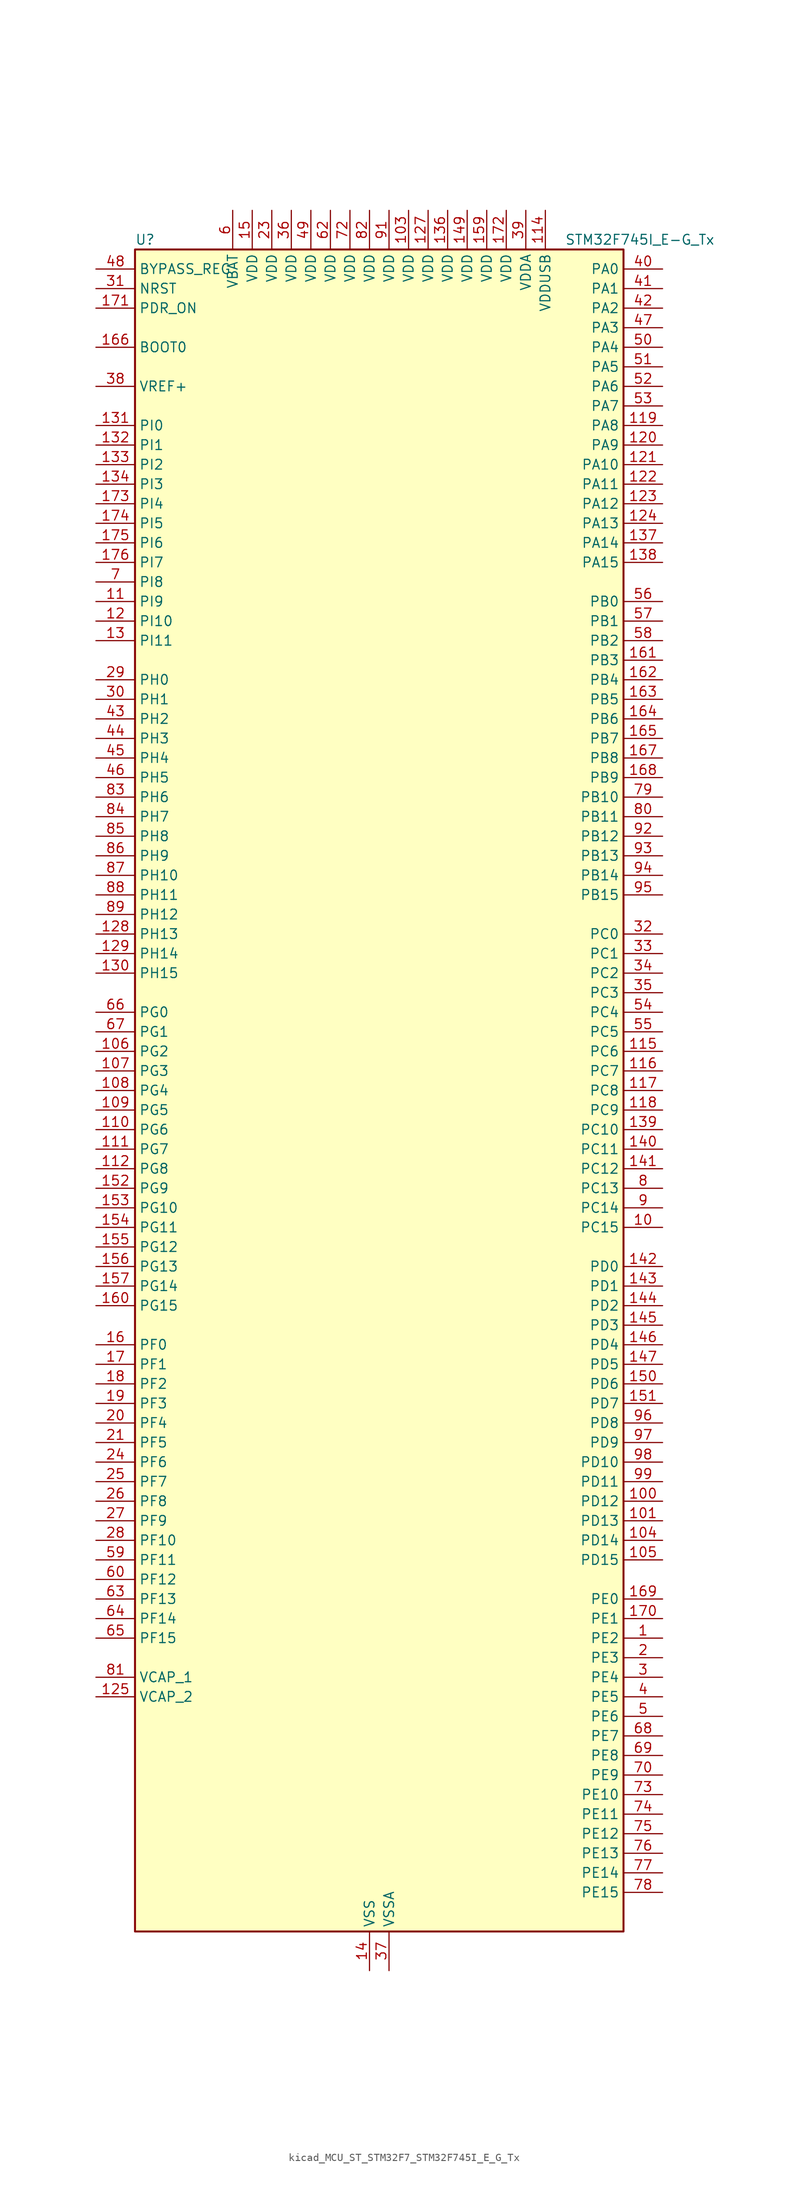
<source format=kicad_sym>
(kicad_symbol_lib
  (version 20220914)
  (generator kicad_symbol_editor)
  (symbol "kicad_MCU_ST_STM32F7_STM32F745I_E_G_Tx"
    (property "Reference" "U"
      (at -30.48 110.49 0)
      (effects (font (size 1.27 1.27)) (justify left)))
    (property "Value" "STM32F745I_E-G_Tx"
      (at 25.4 110.49 0)
      (effects (font (size 1.27 1.27)) (justify left)))
    (property "ki_locked" ""
      (at 0 0 0)
      (effects (font (size 1.27 1.27))))
    (symbol "kicad_MCU_ST_STM32F7_STM32F745I_E_G_Tx_0_1"
      (rectangle (start -30.48 -109.22) (end 33.02 109.22) (stroke (width 0.254) (type default)) (fill (type background))))
    (symbol "kicad_MCU_ST_STM32F7_STM32F745I_E_G_Tx_1_1"
      (pin bidirectional line (at 38.1 -71.12 180) (length 5.08) (name "PE2" (effects (font (size 1.27 1.27)))) (number "1" (effects (font (size 1.27 1.27)))) (alternate "ETH_TXD3" bidirectional line) (alternate "FMC_A23" bidirectional line) (alternate "QUADSPI_BK1_IO2" bidirectional line) (alternate "SAI1_MCLK_A" bidirectional line) (alternate "SPI4_SCK" bidirectional line) (alternate "SYS_TRACECLK" bidirectional line))
      (pin bidirectional line (at 38.1 -17.78 180) (length 5.08) (name "PC15" (effects (font (size 1.27 1.27)))) (number "10" (effects (font (size 1.27 1.27)))) (alternate "RCC_OSC32_OUT" bidirectional line))
      (pin bidirectional line (at 38.1 -53.34 180) (length 5.08) (name "PD12" (effects (font (size 1.27 1.27)))) (number "100" (effects (font (size 1.27 1.27)))) (alternate "FMC_A17" bidirectional line) (alternate "FMC_ALE" bidirectional line) (alternate "I2C4_SCL" bidirectional line) (alternate "LPTIM1_IN1" bidirectional line) (alternate "QUADSPI_BK1_IO1" bidirectional line) (alternate "SAI2_FS_A" bidirectional line) (alternate "TIM4_CH1" bidirectional line) (alternate "USART3_DE" bidirectional line) (alternate "USART3_RTS" bidirectional line))
      (pin bidirectional line (at 38.1 -55.88 180) (length 5.08) (name "PD13" (effects (font (size 1.27 1.27)))) (number "101" (effects (font (size 1.27 1.27)))) (alternate "FMC_A18" bidirectional line) (alternate "I2C4_SDA" bidirectional line) (alternate "LPTIM1_OUT" bidirectional line) (alternate "QUADSPI_BK1_IO3" bidirectional line) (alternate "SAI2_SCK_A" bidirectional line) (alternate "TIM4_CH2" bidirectional line))
      (pin passive line (at 0 -114.3 90) (length 5.08) hide (name "VSS" (effects (font (size 1.27 1.27)))) (number "102" (effects (font (size 1.27 1.27)))))
      (pin power_in line (at 5.08 114.3 270) (length 5.08) (name "VDD" (effects (font (size 1.27 1.27)))) (number "103" (effects (font (size 1.27 1.27)))))
      (pin bidirectional line (at 38.1 -58.42 180) (length 5.08) (name "PD14" (effects (font (size 1.27 1.27)))) (number "104" (effects (font (size 1.27 1.27)))) (alternate "FMC_D0" bidirectional line) (alternate "FMC_DA0" bidirectional line) (alternate "TIM4_CH3" bidirectional line) (alternate "UART8_CTS" bidirectional line))
      (pin bidirectional line (at 38.1 -60.96 180) (length 5.08) (name "PD15" (effects (font (size 1.27 1.27)))) (number "105" (effects (font (size 1.27 1.27)))) (alternate "FMC_D1" bidirectional line) (alternate "FMC_DA1" bidirectional line) (alternate "TIM4_CH4" bidirectional line) (alternate "UART8_DE" bidirectional line) (alternate "UART8_RTS" bidirectional line))
      (pin bidirectional line (at -35.56 5.08 0) (length 5.08) (name "PG2" (effects (font (size 1.27 1.27)))) (number "106" (effects (font (size 1.27 1.27)))) (alternate "FMC_A12" bidirectional line))
      (pin bidirectional line (at -35.56 2.54 0) (length 5.08) (name "PG3" (effects (font (size 1.27 1.27)))) (number "107" (effects (font (size 1.27 1.27)))) (alternate "FMC_A13" bidirectional line))
      (pin bidirectional line (at -35.56 0 0) (length 5.08) (name "PG4" (effects (font (size 1.27 1.27)))) (number "108" (effects (font (size 1.27 1.27)))) (alternate "FMC_A14" bidirectional line) (alternate "FMC_BA0" bidirectional line))
      (pin bidirectional line (at -35.56 -2.54 0) (length 5.08) (name "PG5" (effects (font (size 1.27 1.27)))) (number "109" (effects (font (size 1.27 1.27)))) (alternate "FMC_A15" bidirectional line) (alternate "FMC_BA1" bidirectional line))
      (pin bidirectional line (at -35.56 63.5 0) (length 5.08) (name "PI9" (effects (font (size 1.27 1.27)))) (number "11" (effects (font (size 1.27 1.27)))) (alternate "CAN1_RX" bidirectional line) (alternate "DAC_EXTI9" bidirectional line) (alternate "FMC_D30" bidirectional line))
      (pin bidirectional line (at -35.56 -5.08 0) (length 5.08) (name "PG6" (effects (font (size 1.27 1.27)))) (number "110" (effects (font (size 1.27 1.27)))) (alternate "DCMI_D12" bidirectional line))
      (pin bidirectional line (at -35.56 -7.62 0) (length 5.08) (name "PG7" (effects (font (size 1.27 1.27)))) (number "111" (effects (font (size 1.27 1.27)))) (alternate "DCMI_D13" bidirectional line) (alternate "FMC_INT" bidirectional line) (alternate "USART6_CK" bidirectional line))
      (pin bidirectional line (at -35.56 -10.16 0) (length 5.08) (name "PG8" (effects (font (size 1.27 1.27)))) (number "112" (effects (font (size 1.27 1.27)))) (alternate "ETH_PPS_OUT" bidirectional line) (alternate "FMC_SDCLK" bidirectional line) (alternate "SPDIFRX_IN2" bidirectional line) (alternate "SPI6_NSS" bidirectional line) (alternate "USART6_DE" bidirectional line) (alternate "USART6_RTS" bidirectional line))
      (pin passive line (at 0 -114.3 90) (length 5.08) hide (name "VSS" (effects (font (size 1.27 1.27)))) (number "113" (effects (font (size 1.27 1.27)))))
      (pin power_in line (at 22.86 114.3 270) (length 5.08) (name "VDDUSB" (effects (font (size 1.27 1.27)))) (number "114" (effects (font (size 1.27 1.27)))))
      (pin bidirectional line (at 38.1 5.08 180) (length 5.08) (name "PC6" (effects (font (size 1.27 1.27)))) (number "115" (effects (font (size 1.27 1.27)))) (alternate "DCMI_D0" bidirectional line) (alternate "I2S2_MCK" bidirectional line) (alternate "SDMMC1_D6" bidirectional line) (alternate "TIM3_CH1" bidirectional line) (alternate "TIM8_CH1" bidirectional line) (alternate "USART6_TX" bidirectional line))
      (pin bidirectional line (at 38.1 2.54 180) (length 5.08) (name "PC7" (effects (font (size 1.27 1.27)))) (number "116" (effects (font (size 1.27 1.27)))) (alternate "DCMI_D1" bidirectional line) (alternate "I2S3_MCK" bidirectional line) (alternate "SDMMC1_D7" bidirectional line) (alternate "TIM3_CH2" bidirectional line) (alternate "TIM8_CH2" bidirectional line) (alternate "USART6_RX" bidirectional line))
      (pin bidirectional line (at 38.1 0 180) (length 5.08) (name "PC8" (effects (font (size 1.27 1.27)))) (number "117" (effects (font (size 1.27 1.27)))) (alternate "DCMI_D2" bidirectional line) (alternate "SDMMC1_D0" bidirectional line) (alternate "SYS_TRACED1" bidirectional line) (alternate "TIM3_CH3" bidirectional line) (alternate "TIM8_CH3" bidirectional line) (alternate "UART5_DE" bidirectional line) (alternate "UART5_RTS" bidirectional line) (alternate "USART6_CK" bidirectional line))
      (pin bidirectional line (at 38.1 -2.54 180) (length 5.08) (name "PC9" (effects (font (size 1.27 1.27)))) (number "118" (effects (font (size 1.27 1.27)))) (alternate "DAC_EXTI9" bidirectional line) (alternate "DCMI_D3" bidirectional line) (alternate "I2C3_SDA" bidirectional line) (alternate "I2S_CKIN" bidirectional line) (alternate "QUADSPI_BK1_IO0" bidirectional line) (alternate "RCC_MCO_2" bidirectional line) (alternate "SDMMC1_D1" bidirectional line) (alternate "TIM3_CH4" bidirectional line) (alternate "TIM8_CH4" bidirectional line) (alternate "UART5_CTS" bidirectional line))
      (pin bidirectional line (at 38.1 86.36 180) (length 5.08) (name "PA8" (effects (font (size 1.27 1.27)))) (number "119" (effects (font (size 1.27 1.27)))) (alternate "I2C3_SCL" bidirectional line) (alternate "RCC_MCO_1" bidirectional line) (alternate "TIM1_CH1" bidirectional line) (alternate "TIM8_BKIN2" bidirectional line) (alternate "USART1_CK" bidirectional line) (alternate "USB_OTG_FS_SOF" bidirectional line))
      (pin bidirectional line (at -35.56 60.96 0) (length 5.08) (name "PI10" (effects (font (size 1.27 1.27)))) (number "12" (effects (font (size 1.27 1.27)))) (alternate "ETH_RX_ER" bidirectional line) (alternate "FMC_D31" bidirectional line))
      (pin bidirectional line (at 38.1 83.82 180) (length 5.08) (name "PA9" (effects (font (size 1.27 1.27)))) (number "120" (effects (font (size 1.27 1.27)))) (alternate "DAC_EXTI9" bidirectional line) (alternate "DCMI_D0" bidirectional line) (alternate "I2C3_SMBA" bidirectional line) (alternate "I2S2_CK" bidirectional line) (alternate "SPI2_SCK" bidirectional line) (alternate "TIM1_CH2" bidirectional line) (alternate "USART1_TX" bidirectional line) (alternate "USB_OTG_FS_VBUS" bidirectional line))
      (pin bidirectional line (at 38.1 81.28 180) (length 5.08) (name "PA10" (effects (font (size 1.27 1.27)))) (number "121" (effects (font (size 1.27 1.27)))) (alternate "DCMI_D1" bidirectional line) (alternate "TIM1_CH3" bidirectional line) (alternate "USART1_RX" bidirectional line) (alternate "USB_OTG_FS_ID" bidirectional line))
      (pin bidirectional line (at 38.1 78.74 180) (length 5.08) (name "PA11" (effects (font (size 1.27 1.27)))) (number "122" (effects (font (size 1.27 1.27)))) (alternate "ADC1_EXTI11" bidirectional line) (alternate "ADC2_EXTI11" bidirectional line) (alternate "ADC3_EXTI11" bidirectional line) (alternate "CAN1_RX" bidirectional line) (alternate "TIM1_CH4" bidirectional line) (alternate "USART1_CTS" bidirectional line) (alternate "USB_OTG_FS_DM" bidirectional line))
      (pin bidirectional line (at 38.1 76.2 180) (length 5.08) (name "PA12" (effects (font (size 1.27 1.27)))) (number "123" (effects (font (size 1.27 1.27)))) (alternate "CAN1_TX" bidirectional line) (alternate "SAI2_FS_B" bidirectional line) (alternate "TIM1_ETR" bidirectional line) (alternate "USART1_DE" bidirectional line) (alternate "USART1_RTS" bidirectional line) (alternate "USB_OTG_FS_DP" bidirectional line))
      (pin bidirectional line (at 38.1 73.66 180) (length 5.08) (name "PA13" (effects (font (size 1.27 1.27)))) (number "124" (effects (font (size 1.27 1.27)))) (alternate "SYS_JTMS-SWDIO" bidirectional line))
      (pin power_out line (at -35.56 -78.74 0) (length 5.08) (name "VCAP_2" (effects (font (size 1.27 1.27)))) (number "125" (effects (font (size 1.27 1.27)))))
      (pin passive line (at 0 -114.3 90) (length 5.08) hide (name "VSS" (effects (font (size 1.27 1.27)))) (number "126" (effects (font (size 1.27 1.27)))))
      (pin power_in line (at 7.62 114.3 270) (length 5.08) (name "VDD" (effects (font (size 1.27 1.27)))) (number "127" (effects (font (size 1.27 1.27)))))
      (pin bidirectional line (at -35.56 20.32 0) (length 5.08) (name "PH13" (effects (font (size 1.27 1.27)))) (number "128" (effects (font (size 1.27 1.27)))) (alternate "CAN1_TX" bidirectional line) (alternate "FMC_D21" bidirectional line) (alternate "TIM8_CH1N" bidirectional line))
      (pin bidirectional line (at -35.56 17.78 0) (length 5.08) (name "PH14" (effects (font (size 1.27 1.27)))) (number "129" (effects (font (size 1.27 1.27)))) (alternate "DCMI_D4" bidirectional line) (alternate "FMC_D22" bidirectional line) (alternate "TIM8_CH2N" bidirectional line))
      (pin bidirectional line (at -35.56 58.42 0) (length 5.08) (name "PI11" (effects (font (size 1.27 1.27)))) (number "13" (effects (font (size 1.27 1.27)))) (alternate "ADC1_EXTI11" bidirectional line) (alternate "ADC2_EXTI11" bidirectional line) (alternate "ADC3_EXTI11" bidirectional line) (alternate "SYS_WKUP6" bidirectional line) (alternate "USB_OTG_HS_ULPI_DIR" bidirectional line))
      (pin bidirectional line (at -35.56 15.24 0) (length 5.08) (name "PH15" (effects (font (size 1.27 1.27)))) (number "130" (effects (font (size 1.27 1.27)))) (alternate "DCMI_D11" bidirectional line) (alternate "FMC_D23" bidirectional line) (alternate "TIM8_CH3N" bidirectional line))
      (pin bidirectional line (at -35.56 86.36 0) (length 5.08) (name "PI0" (effects (font (size 1.27 1.27)))) (number "131" (effects (font (size 1.27 1.27)))) (alternate "DCMI_D13" bidirectional line) (alternate "FMC_D24" bidirectional line) (alternate "I2S2_WS" bidirectional line) (alternate "SPI2_NSS" bidirectional line) (alternate "TIM5_CH4" bidirectional line))
      (pin bidirectional line (at -35.56 83.82 0) (length 5.08) (name "PI1" (effects (font (size 1.27 1.27)))) (number "132" (effects (font (size 1.27 1.27)))) (alternate "DCMI_D8" bidirectional line) (alternate "FMC_D25" bidirectional line) (alternate "I2S2_CK" bidirectional line) (alternate "SPI2_SCK" bidirectional line) (alternate "TIM8_BKIN2" bidirectional line))
      (pin bidirectional line (at -35.56 81.28 0) (length 5.08) (name "PI2" (effects (font (size 1.27 1.27)))) (number "133" (effects (font (size 1.27 1.27)))) (alternate "DCMI_D9" bidirectional line) (alternate "FMC_D26" bidirectional line) (alternate "SPI2_MISO" bidirectional line) (alternate "TIM8_CH4" bidirectional line))
      (pin bidirectional line (at -35.56 78.74 0) (length 5.08) (name "PI3" (effects (font (size 1.27 1.27)))) (number "134" (effects (font (size 1.27 1.27)))) (alternate "DCMI_D10" bidirectional line) (alternate "FMC_D27" bidirectional line) (alternate "I2S2_SD" bidirectional line) (alternate "SPI2_MOSI" bidirectional line) (alternate "TIM8_ETR" bidirectional line))
      (pin passive line (at 0 -114.3 90) (length 5.08) hide (name "VSS" (effects (font (size 1.27 1.27)))) (number "135" (effects (font (size 1.27 1.27)))))
      (pin power_in line (at 10.16 114.3 270) (length 5.08) (name "VDD" (effects (font (size 1.27 1.27)))) (number "136" (effects (font (size 1.27 1.27)))))
      (pin bidirectional line (at 38.1 71.12 180) (length 5.08) (name "PA14" (effects (font (size 1.27 1.27)))) (number "137" (effects (font (size 1.27 1.27)))) (alternate "SYS_JTCK-SWCLK" bidirectional line))
      (pin bidirectional line (at 38.1 68.58 180) (length 5.08) (name "PA15" (effects (font (size 1.27 1.27)))) (number "138" (effects (font (size 1.27 1.27)))) (alternate "CEC" bidirectional line) (alternate "I2S1_WS" bidirectional line) (alternate "I2S3_WS" bidirectional line) (alternate "SPI1_NSS" bidirectional line) (alternate "SPI3_NSS" bidirectional line) (alternate "SYS_JTDI" bidirectional line) (alternate "TIM2_CH1" bidirectional line) (alternate "TIM2_ETR" bidirectional line) (alternate "UART4_DE" bidirectional line) (alternate "UART4_RTS" bidirectional line))
      (pin bidirectional line (at 38.1 -5.08 180) (length 5.08) (name "PC10" (effects (font (size 1.27 1.27)))) (number "139" (effects (font (size 1.27 1.27)))) (alternate "DCMI_D8" bidirectional line) (alternate "I2S3_CK" bidirectional line) (alternate "QUADSPI_BK1_IO1" bidirectional line) (alternate "SDMMC1_D2" bidirectional line) (alternate "SPI3_SCK" bidirectional line) (alternate "UART4_TX" bidirectional line) (alternate "USART3_TX" bidirectional line))
      (pin power_in line (at 0 -114.3 90) (length 5.08) (name "VSS" (effects (font (size 1.27 1.27)))) (number "14" (effects (font (size 1.27 1.27)))))
      (pin bidirectional line (at 38.1 -7.62 180) (length 5.08) (name "PC11" (effects (font (size 1.27 1.27)))) (number "140" (effects (font (size 1.27 1.27)))) (alternate "ADC1_EXTI11" bidirectional line) (alternate "ADC2_EXTI11" bidirectional line) (alternate "ADC3_EXTI11" bidirectional line) (alternate "DCMI_D4" bidirectional line) (alternate "QUADSPI_BK2_NCS" bidirectional line) (alternate "SDMMC1_D3" bidirectional line) (alternate "SPI3_MISO" bidirectional line) (alternate "UART4_RX" bidirectional line) (alternate "USART3_RX" bidirectional line))
      (pin bidirectional line (at 38.1 -10.16 180) (length 5.08) (name "PC12" (effects (font (size 1.27 1.27)))) (number "141" (effects (font (size 1.27 1.27)))) (alternate "DCMI_D9" bidirectional line) (alternate "I2S3_SD" bidirectional line) (alternate "SDMMC1_CK" bidirectional line) (alternate "SPI3_MOSI" bidirectional line) (alternate "SYS_TRACED3" bidirectional line) (alternate "UART5_TX" bidirectional line) (alternate "USART3_CK" bidirectional line))
      (pin bidirectional line (at 38.1 -22.86 180) (length 5.08) (name "PD0" (effects (font (size 1.27 1.27)))) (number "142" (effects (font (size 1.27 1.27)))) (alternate "CAN1_RX" bidirectional line) (alternate "FMC_D2" bidirectional line) (alternate "FMC_DA2" bidirectional line))
      (pin bidirectional line (at 38.1 -25.4 180) (length 5.08) (name "PD1" (effects (font (size 1.27 1.27)))) (number "143" (effects (font (size 1.27 1.27)))) (alternate "CAN1_TX" bidirectional line) (alternate "FMC_D3" bidirectional line) (alternate "FMC_DA3" bidirectional line))
      (pin bidirectional line (at 38.1 -27.94 180) (length 5.08) (name "PD2" (effects (font (size 1.27 1.27)))) (number "144" (effects (font (size 1.27 1.27)))) (alternate "DCMI_D11" bidirectional line) (alternate "SDMMC1_CMD" bidirectional line) (alternate "SYS_TRACED2" bidirectional line) (alternate "TIM3_ETR" bidirectional line) (alternate "UART5_RX" bidirectional line))
      (pin bidirectional line (at 38.1 -30.48 180) (length 5.08) (name "PD3" (effects (font (size 1.27 1.27)))) (number "145" (effects (font (size 1.27 1.27)))) (alternate "DCMI_D5" bidirectional line) (alternate "FMC_CLK" bidirectional line) (alternate "I2S2_CK" bidirectional line) (alternate "SPI2_SCK" bidirectional line) (alternate "USART2_CTS" bidirectional line))
      (pin bidirectional line (at 38.1 -33.02 180) (length 5.08) (name "PD4" (effects (font (size 1.27 1.27)))) (number "146" (effects (font (size 1.27 1.27)))) (alternate "FMC_NOE" bidirectional line) (alternate "USART2_DE" bidirectional line) (alternate "USART2_RTS" bidirectional line))
      (pin bidirectional line (at 38.1 -35.56 180) (length 5.08) (name "PD5" (effects (font (size 1.27 1.27)))) (number "147" (effects (font (size 1.27 1.27)))) (alternate "FMC_NWE" bidirectional line) (alternate "USART2_TX" bidirectional line))
      (pin passive line (at 0 -114.3 90) (length 5.08) hide (name "VSS" (effects (font (size 1.27 1.27)))) (number "148" (effects (font (size 1.27 1.27)))))
      (pin power_in line (at 12.7 114.3 270) (length 5.08) (name "VDD" (effects (font (size 1.27 1.27)))) (number "149" (effects (font (size 1.27 1.27)))))
      (pin power_in line (at -15.24 114.3 270) (length 5.08) (name "VDD" (effects (font (size 1.27 1.27)))) (number "15" (effects (font (size 1.27 1.27)))))
      (pin bidirectional line (at 38.1 -38.1 180) (length 5.08) (name "PD6" (effects (font (size 1.27 1.27)))) (number "150" (effects (font (size 1.27 1.27)))) (alternate "DCMI_D10" bidirectional line) (alternate "FMC_NWAIT" bidirectional line) (alternate "I2S3_SD" bidirectional line) (alternate "SAI1_SD_A" bidirectional line) (alternate "SPI3_MOSI" bidirectional line) (alternate "USART2_RX" bidirectional line))
      (pin bidirectional line (at 38.1 -40.64 180) (length 5.08) (name "PD7" (effects (font (size 1.27 1.27)))) (number "151" (effects (font (size 1.27 1.27)))) (alternate "FMC_NE1" bidirectional line) (alternate "SPDIFRX_IN0" bidirectional line) (alternate "USART2_CK" bidirectional line))
      (pin bidirectional line (at -35.56 -12.7 0) (length 5.08) (name "PG9" (effects (font (size 1.27 1.27)))) (number "152" (effects (font (size 1.27 1.27)))) (alternate "DAC_EXTI9" bidirectional line) (alternate "DCMI_VSYNC" bidirectional line) (alternate "FMC_NCE" bidirectional line) (alternate "FMC_NE2" bidirectional line) (alternate "QUADSPI_BK2_IO2" bidirectional line) (alternate "SAI2_FS_B" bidirectional line) (alternate "SPDIFRX_IN3" bidirectional line) (alternate "USART6_RX" bidirectional line))
      (pin bidirectional line (at -35.56 -15.24 0) (length 5.08) (name "PG10" (effects (font (size 1.27 1.27)))) (number "153" (effects (font (size 1.27 1.27)))) (alternate "DCMI_D2" bidirectional line) (alternate "FMC_NE3" bidirectional line) (alternate "SAI2_SD_B" bidirectional line))
      (pin bidirectional line (at -35.56 -17.78 0) (length 5.08) (name "PG11" (effects (font (size 1.27 1.27)))) (number "154" (effects (font (size 1.27 1.27)))) (alternate "ADC1_EXTI11" bidirectional line) (alternate "ADC2_EXTI11" bidirectional line) (alternate "ADC3_EXTI11" bidirectional line) (alternate "DCMI_D3" bidirectional line) (alternate "ETH_TX_EN" bidirectional line) (alternate "SPDIFRX_IN0" bidirectional line))
      (pin bidirectional line (at -35.56 -20.32 0) (length 5.08) (name "PG12" (effects (font (size 1.27 1.27)))) (number "155" (effects (font (size 1.27 1.27)))) (alternate "FMC_NE4" bidirectional line) (alternate "LPTIM1_IN1" bidirectional line) (alternate "SPDIFRX_IN1" bidirectional line) (alternate "SPI6_MISO" bidirectional line) (alternate "USART6_DE" bidirectional line) (alternate "USART6_RTS" bidirectional line))
      (pin bidirectional line (at -35.56 -22.86 0) (length 5.08) (name "PG13" (effects (font (size 1.27 1.27)))) (number "156" (effects (font (size 1.27 1.27)))) (alternate "ETH_TXD0" bidirectional line) (alternate "FMC_A24" bidirectional line) (alternate "LPTIM1_OUT" bidirectional line) (alternate "SPI6_SCK" bidirectional line) (alternate "SYS_TRACED0" bidirectional line) (alternate "USART6_CTS" bidirectional line))
      (pin bidirectional line (at -35.56 -25.4 0) (length 5.08) (name "PG14" (effects (font (size 1.27 1.27)))) (number "157" (effects (font (size 1.27 1.27)))) (alternate "ETH_TXD1" bidirectional line) (alternate "FMC_A25" bidirectional line) (alternate "LPTIM1_ETR" bidirectional line) (alternate "QUADSPI_BK2_IO3" bidirectional line) (alternate "SPI6_MOSI" bidirectional line) (alternate "SYS_TRACED1" bidirectional line) (alternate "USART6_TX" bidirectional line))
      (pin passive line (at 0 -114.3 90) (length 5.08) hide (name "VSS" (effects (font (size 1.27 1.27)))) (number "158" (effects (font (size 1.27 1.27)))))
      (pin power_in line (at 15.24 114.3 270) (length 5.08) (name "VDD" (effects (font (size 1.27 1.27)))) (number "159" (effects (font (size 1.27 1.27)))))
      (pin bidirectional line (at -35.56 -33.02 0) (length 5.08) (name "PF0" (effects (font (size 1.27 1.27)))) (number "16" (effects (font (size 1.27 1.27)))) (alternate "FMC_A0" bidirectional line) (alternate "I2C2_SDA" bidirectional line))
      (pin bidirectional line (at -35.56 -27.94 0) (length 5.08) (name "PG15" (effects (font (size 1.27 1.27)))) (number "160" (effects (font (size 1.27 1.27)))) (alternate "DCMI_D13" bidirectional line) (alternate "FMC_SDNCAS" bidirectional line) (alternate "USART6_CTS" bidirectional line))
      (pin bidirectional line (at 38.1 55.88 180) (length 5.08) (name "PB3" (effects (font (size 1.27 1.27)))) (number "161" (effects (font (size 1.27 1.27)))) (alternate "I2S1_CK" bidirectional line) (alternate "I2S3_CK" bidirectional line) (alternate "SPI1_SCK" bidirectional line) (alternate "SPI3_SCK" bidirectional line) (alternate "SYS_JTDO-SWO" bidirectional line) (alternate "TIM2_CH2" bidirectional line))
      (pin bidirectional line (at 38.1 53.34 180) (length 5.08) (name "PB4" (effects (font (size 1.27 1.27)))) (number "162" (effects (font (size 1.27 1.27)))) (alternate "I2S2_WS" bidirectional line) (alternate "SPI1_MISO" bidirectional line) (alternate "SPI2_NSS" bidirectional line) (alternate "SPI3_MISO" bidirectional line) (alternate "SYS_JTRST" bidirectional line) (alternate "TIM3_CH1" bidirectional line))
      (pin bidirectional line (at 38.1 50.8 180) (length 5.08) (name "PB5" (effects (font (size 1.27 1.27)))) (number "163" (effects (font (size 1.27 1.27)))) (alternate "CAN2_RX" bidirectional line) (alternate "DCMI_D10" bidirectional line) (alternate "ETH_PPS_OUT" bidirectional line) (alternate "FMC_SDCKE1" bidirectional line) (alternate "I2C1_SMBA" bidirectional line) (alternate "I2S1_SD" bidirectional line) (alternate "I2S3_SD" bidirectional line) (alternate "SPI1_MOSI" bidirectional line) (alternate "SPI3_MOSI" bidirectional line) (alternate "TIM3_CH2" bidirectional line) (alternate "USB_OTG_HS_ULPI_D7" bidirectional line))
      (pin bidirectional line (at 38.1 48.26 180) (length 5.08) (name "PB6" (effects (font (size 1.27 1.27)))) (number "164" (effects (font (size 1.27 1.27)))) (alternate "CAN2_TX" bidirectional line) (alternate "CEC" bidirectional line) (alternate "DCMI_D5" bidirectional line) (alternate "FMC_SDNE1" bidirectional line) (alternate "I2C1_SCL" bidirectional line) (alternate "QUADSPI_BK1_NCS" bidirectional line) (alternate "TIM4_CH1" bidirectional line) (alternate "USART1_TX" bidirectional line))
      (pin bidirectional line (at 38.1 45.72 180) (length 5.08) (name "PB7" (effects (font (size 1.27 1.27)))) (number "165" (effects (font (size 1.27 1.27)))) (alternate "DCMI_VSYNC" bidirectional line) (alternate "FMC_NL" bidirectional line) (alternate "I2C1_SDA" bidirectional line) (alternate "TIM4_CH2" bidirectional line) (alternate "USART1_RX" bidirectional line))
      (pin input line (at -35.56 96.52 0) (length 5.08) (name "BOOT0" (effects (font (size 1.27 1.27)))) (number "166" (effects (font (size 1.27 1.27)))))
      (pin bidirectional line (at 38.1 43.18 180) (length 5.08) (name "PB8" (effects (font (size 1.27 1.27)))) (number "167" (effects (font (size 1.27 1.27)))) (alternate "CAN1_RX" bidirectional line) (alternate "DCMI_D6" bidirectional line) (alternate "ETH_TXD3" bidirectional line) (alternate "I2C1_SCL" bidirectional line) (alternate "SDMMC1_D4" bidirectional line) (alternate "TIM10_CH1" bidirectional line) (alternate "TIM4_CH3" bidirectional line))
      (pin bidirectional line (at 38.1 40.64 180) (length 5.08) (name "PB9" (effects (font (size 1.27 1.27)))) (number "168" (effects (font (size 1.27 1.27)))) (alternate "CAN1_TX" bidirectional line) (alternate "DAC_EXTI9" bidirectional line) (alternate "DCMI_D7" bidirectional line) (alternate "I2C1_SDA" bidirectional line) (alternate "I2S2_WS" bidirectional line) (alternate "SDMMC1_D5" bidirectional line) (alternate "SPI2_NSS" bidirectional line) (alternate "TIM11_CH1" bidirectional line) (alternate "TIM4_CH4" bidirectional line))
      (pin bidirectional line (at 38.1 -66.04 180) (length 5.08) (name "PE0" (effects (font (size 1.27 1.27)))) (number "169" (effects (font (size 1.27 1.27)))) (alternate "DCMI_D2" bidirectional line) (alternate "FMC_NBL0" bidirectional line) (alternate "LPTIM1_ETR" bidirectional line) (alternate "SAI2_MCLK_A" bidirectional line) (alternate "TIM4_ETR" bidirectional line) (alternate "UART8_RX" bidirectional line))
      (pin bidirectional line (at -35.56 -35.56 0) (length 5.08) (name "PF1" (effects (font (size 1.27 1.27)))) (number "17" (effects (font (size 1.27 1.27)))) (alternate "FMC_A1" bidirectional line) (alternate "I2C2_SCL" bidirectional line))
      (pin bidirectional line (at 38.1 -68.58 180) (length 5.08) (name "PE1" (effects (font (size 1.27 1.27)))) (number "170" (effects (font (size 1.27 1.27)))) (alternate "DCMI_D3" bidirectional line) (alternate "FMC_NBL1" bidirectional line) (alternate "LPTIM1_IN2" bidirectional line) (alternate "UART8_TX" bidirectional line))
      (pin input line (at -35.56 101.6 0) (length 5.08) (name "PDR_ON" (effects (font (size 1.27 1.27)))) (number "171" (effects (font (size 1.27 1.27)))))
      (pin power_in line (at 17.78 114.3 270) (length 5.08) (name "VDD" (effects (font (size 1.27 1.27)))) (number "172" (effects (font (size 1.27 1.27)))))
      (pin bidirectional line (at -35.56 76.2 0) (length 5.08) (name "PI4" (effects (font (size 1.27 1.27)))) (number "173" (effects (font (size 1.27 1.27)))) (alternate "DCMI_D5" bidirectional line) (alternate "FMC_NBL2" bidirectional line) (alternate "SAI2_MCLK_A" bidirectional line) (alternate "TIM8_BKIN" bidirectional line))
      (pin bidirectional line (at -35.56 73.66 0) (length 5.08) (name "PI5" (effects (font (size 1.27 1.27)))) (number "174" (effects (font (size 1.27 1.27)))) (alternate "DCMI_VSYNC" bidirectional line) (alternate "FMC_NBL3" bidirectional line) (alternate "SAI2_SCK_A" bidirectional line) (alternate "TIM8_CH1" bidirectional line))
      (pin bidirectional line (at -35.56 71.12 0) (length 5.08) (name "PI6" (effects (font (size 1.27 1.27)))) (number "175" (effects (font (size 1.27 1.27)))) (alternate "DCMI_D6" bidirectional line) (alternate "FMC_D28" bidirectional line) (alternate "SAI2_SD_A" bidirectional line) (alternate "TIM8_CH2" bidirectional line))
      (pin bidirectional line (at -35.56 68.58 0) (length 5.08) (name "PI7" (effects (font (size 1.27 1.27)))) (number "176" (effects (font (size 1.27 1.27)))) (alternate "DCMI_D7" bidirectional line) (alternate "FMC_D29" bidirectional line) (alternate "SAI2_FS_A" bidirectional line) (alternate "TIM8_CH3" bidirectional line))
      (pin bidirectional line (at -35.56 -38.1 0) (length 5.08) (name "PF2" (effects (font (size 1.27 1.27)))) (number "18" (effects (font (size 1.27 1.27)))) (alternate "FMC_A2" bidirectional line) (alternate "I2C2_SMBA" bidirectional line))
      (pin bidirectional line (at -35.56 -40.64 0) (length 5.08) (name "PF3" (effects (font (size 1.27 1.27)))) (number "19" (effects (font (size 1.27 1.27)))) (alternate "ADC3_IN9" bidirectional line) (alternate "FMC_A3" bidirectional line))
      (pin bidirectional line (at 38.1 -73.66 180) (length 5.08) (name "PE3" (effects (font (size 1.27 1.27)))) (number "2" (effects (font (size 1.27 1.27)))) (alternate "FMC_A19" bidirectional line) (alternate "SAI1_SD_B" bidirectional line) (alternate "SYS_TRACED0" bidirectional line))
      (pin bidirectional line (at -35.56 -43.18 0) (length 5.08) (name "PF4" (effects (font (size 1.27 1.27)))) (number "20" (effects (font (size 1.27 1.27)))) (alternate "ADC3_IN14" bidirectional line) (alternate "FMC_A4" bidirectional line))
      (pin bidirectional line (at -35.56 -45.72 0) (length 5.08) (name "PF5" (effects (font (size 1.27 1.27)))) (number "21" (effects (font (size 1.27 1.27)))) (alternate "ADC3_IN15" bidirectional line) (alternate "FMC_A5" bidirectional line))
      (pin passive line (at 0 -114.3 90) (length 5.08) hide (name "VSS" (effects (font (size 1.27 1.27)))) (number "22" (effects (font (size 1.27 1.27)))))
      (pin power_in line (at -12.7 114.3 270) (length 5.08) (name "VDD" (effects (font (size 1.27 1.27)))) (number "23" (effects (font (size 1.27 1.27)))))
      (pin bidirectional line (at -35.56 -48.26 0) (length 5.08) (name "PF6" (effects (font (size 1.27 1.27)))) (number "24" (effects (font (size 1.27 1.27)))) (alternate "ADC3_IN4" bidirectional line) (alternate "QUADSPI_BK1_IO3" bidirectional line) (alternate "SAI1_SD_B" bidirectional line) (alternate "SPI5_NSS" bidirectional line) (alternate "TIM10_CH1" bidirectional line) (alternate "UART7_RX" bidirectional line))
      (pin bidirectional line (at -35.56 -50.8 0) (length 5.08) (name "PF7" (effects (font (size 1.27 1.27)))) (number "25" (effects (font (size 1.27 1.27)))) (alternate "ADC3_IN5" bidirectional line) (alternate "QUADSPI_BK1_IO2" bidirectional line) (alternate "SAI1_MCLK_B" bidirectional line) (alternate "SPI5_SCK" bidirectional line) (alternate "TIM11_CH1" bidirectional line) (alternate "UART7_TX" bidirectional line))
      (pin bidirectional line (at -35.56 -53.34 0) (length 5.08) (name "PF8" (effects (font (size 1.27 1.27)))) (number "26" (effects (font (size 1.27 1.27)))) (alternate "ADC3_IN6" bidirectional line) (alternate "QUADSPI_BK1_IO0" bidirectional line) (alternate "SAI1_SCK_B" bidirectional line) (alternate "SPI5_MISO" bidirectional line) (alternate "TIM13_CH1" bidirectional line) (alternate "UART7_DE" bidirectional line) (alternate "UART7_RTS" bidirectional line))
      (pin bidirectional line (at -35.56 -55.88 0) (length 5.08) (name "PF9" (effects (font (size 1.27 1.27)))) (number "27" (effects (font (size 1.27 1.27)))) (alternate "ADC3_IN7" bidirectional line) (alternate "DAC_EXTI9" bidirectional line) (alternate "QUADSPI_BK1_IO1" bidirectional line) (alternate "SAI1_FS_B" bidirectional line) (alternate "SPI5_MOSI" bidirectional line) (alternate "TIM14_CH1" bidirectional line) (alternate "UART7_CTS" bidirectional line))
      (pin bidirectional line (at -35.56 -58.42 0) (length 5.08) (name "PF10" (effects (font (size 1.27 1.27)))) (number "28" (effects (font (size 1.27 1.27)))) (alternate "ADC3_IN8" bidirectional line) (alternate "DCMI_D11" bidirectional line))
      (pin bidirectional line (at -35.56 53.34 0) (length 5.08) (name "PH0" (effects (font (size 1.27 1.27)))) (number "29" (effects (font (size 1.27 1.27)))) (alternate "RCC_OSC_IN" bidirectional line))
      (pin bidirectional line (at 38.1 -76.2 180) (length 5.08) (name "PE4" (effects (font (size 1.27 1.27)))) (number "3" (effects (font (size 1.27 1.27)))) (alternate "DCMI_D4" bidirectional line) (alternate "FMC_A20" bidirectional line) (alternate "SAI1_FS_A" bidirectional line) (alternate "SPI4_NSS" bidirectional line) (alternate "SYS_TRACED1" bidirectional line))
      (pin bidirectional line (at -35.56 50.8 0) (length 5.08) (name "PH1" (effects (font (size 1.27 1.27)))) (number "30" (effects (font (size 1.27 1.27)))) (alternate "RCC_OSC_OUT" bidirectional line))
      (pin input line (at -35.56 104.14 0) (length 5.08) (name "NRST" (effects (font (size 1.27 1.27)))) (number "31" (effects (font (size 1.27 1.27)))))
      (pin bidirectional line (at 38.1 20.32 180) (length 5.08) (name "PC0" (effects (font (size 1.27 1.27)))) (number "32" (effects (font (size 1.27 1.27)))) (alternate "ADC1_IN10" bidirectional line) (alternate "ADC2_IN10" bidirectional line) (alternate "ADC3_IN10" bidirectional line) (alternate "FMC_SDNWE" bidirectional line) (alternate "SAI2_FS_B" bidirectional line) (alternate "USB_OTG_HS_ULPI_STP" bidirectional line))
      (pin bidirectional line (at 38.1 17.78 180) (length 5.08) (name "PC1" (effects (font (size 1.27 1.27)))) (number "33" (effects (font (size 1.27 1.27)))) (alternate "ADC1_IN11" bidirectional line) (alternate "ADC2_IN11" bidirectional line) (alternate "ADC3_IN11" bidirectional line) (alternate "ETH_MDC" bidirectional line) (alternate "I2S2_SD" bidirectional line) (alternate "RTC_TAMP3" bidirectional line) (alternate "RTC_TS" bidirectional line) (alternate "SAI1_SD_A" bidirectional line) (alternate "SPI2_MOSI" bidirectional line) (alternate "SYS_TRACED0" bidirectional line) (alternate "SYS_WKUP3" bidirectional line))
      (pin bidirectional line (at 38.1 15.24 180) (length 5.08) (name "PC2" (effects (font (size 1.27 1.27)))) (number "34" (effects (font (size 1.27 1.27)))) (alternate "ADC1_IN12" bidirectional line) (alternate "ADC2_IN12" bidirectional line) (alternate "ADC3_IN12" bidirectional line) (alternate "ETH_TXD2" bidirectional line) (alternate "FMC_SDNE0" bidirectional line) (alternate "SPI2_MISO" bidirectional line) (alternate "USB_OTG_HS_ULPI_DIR" bidirectional line))
      (pin bidirectional line (at 38.1 12.7 180) (length 5.08) (name "PC3" (effects (font (size 1.27 1.27)))) (number "35" (effects (font (size 1.27 1.27)))) (alternate "ADC1_IN13" bidirectional line) (alternate "ADC2_IN13" bidirectional line) (alternate "ADC3_IN13" bidirectional line) (alternate "ETH_TX_CLK" bidirectional line) (alternate "FMC_SDCKE0" bidirectional line) (alternate "I2S2_SD" bidirectional line) (alternate "SPI2_MOSI" bidirectional line) (alternate "USB_OTG_HS_ULPI_NXT" bidirectional line))
      (pin power_in line (at -10.16 114.3 270) (length 5.08) (name "VDD" (effects (font (size 1.27 1.27)))) (number "36" (effects (font (size 1.27 1.27)))))
      (pin power_in line (at 2.54 -114.3 90) (length 5.08) (name "VSSA" (effects (font (size 1.27 1.27)))) (number "37" (effects (font (size 1.27 1.27)))))
      (pin input line (at -35.56 91.44 0) (length 5.08) (name "VREF+" (effects (font (size 1.27 1.27)))) (number "38" (effects (font (size 1.27 1.27)))))
      (pin power_in line (at 20.32 114.3 270) (length 5.08) (name "VDDA" (effects (font (size 1.27 1.27)))) (number "39" (effects (font (size 1.27 1.27)))))
      (pin bidirectional line (at 38.1 -78.74 180) (length 5.08) (name "PE5" (effects (font (size 1.27 1.27)))) (number "4" (effects (font (size 1.27 1.27)))) (alternate "DCMI_D6" bidirectional line) (alternate "FMC_A21" bidirectional line) (alternate "SAI1_SCK_A" bidirectional line) (alternate "SPI4_MISO" bidirectional line) (alternate "SYS_TRACED2" bidirectional line) (alternate "TIM9_CH1" bidirectional line))
      (pin bidirectional line (at 38.1 106.68 180) (length 5.08) (name "PA0" (effects (font (size 1.27 1.27)))) (number "40" (effects (font (size 1.27 1.27)))) (alternate "ADC1_IN0" bidirectional line) (alternate "ADC2_IN0" bidirectional line) (alternate "ADC3_IN0" bidirectional line) (alternate "ETH_CRS" bidirectional line) (alternate "SAI2_SD_B" bidirectional line) (alternate "SYS_WKUP1" bidirectional line) (alternate "TIM2_CH1" bidirectional line) (alternate "TIM2_ETR" bidirectional line) (alternate "TIM5_CH1" bidirectional line) (alternate "TIM8_ETR" bidirectional line) (alternate "UART4_TX" bidirectional line) (alternate "USART2_CTS" bidirectional line))
      (pin bidirectional line (at 38.1 104.14 180) (length 5.08) (name "PA1" (effects (font (size 1.27 1.27)))) (number "41" (effects (font (size 1.27 1.27)))) (alternate "ADC1_IN1" bidirectional line) (alternate "ADC2_IN1" bidirectional line) (alternate "ADC3_IN1" bidirectional line) (alternate "ETH_REF_CLK" bidirectional line) (alternate "ETH_RX_CLK" bidirectional line) (alternate "QUADSPI_BK1_IO3" bidirectional line) (alternate "SAI2_MCLK_B" bidirectional line) (alternate "TIM2_CH2" bidirectional line) (alternate "TIM5_CH2" bidirectional line) (alternate "UART4_RX" bidirectional line) (alternate "USART2_DE" bidirectional line) (alternate "USART2_RTS" bidirectional line))
      (pin bidirectional line (at 38.1 101.6 180) (length 5.08) (name "PA2" (effects (font (size 1.27 1.27)))) (number "42" (effects (font (size 1.27 1.27)))) (alternate "ADC1_IN2" bidirectional line) (alternate "ADC2_IN2" bidirectional line) (alternate "ADC3_IN2" bidirectional line) (alternate "ETH_MDIO" bidirectional line) (alternate "SAI2_SCK_B" bidirectional line) (alternate "SYS_WKUP2" bidirectional line) (alternate "TIM2_CH3" bidirectional line) (alternate "TIM5_CH3" bidirectional line) (alternate "TIM9_CH1" bidirectional line) (alternate "USART2_TX" bidirectional line))
      (pin bidirectional line (at -35.56 48.26 0) (length 5.08) (name "PH2" (effects (font (size 1.27 1.27)))) (number "43" (effects (font (size 1.27 1.27)))) (alternate "ETH_CRS" bidirectional line) (alternate "FMC_SDCKE0" bidirectional line) (alternate "LPTIM1_IN2" bidirectional line) (alternate "QUADSPI_BK2_IO0" bidirectional line) (alternate "SAI2_SCK_B" bidirectional line))
      (pin bidirectional line (at -35.56 45.72 0) (length 5.08) (name "PH3" (effects (font (size 1.27 1.27)))) (number "44" (effects (font (size 1.27 1.27)))) (alternate "ETH_COL" bidirectional line) (alternate "FMC_SDNE0" bidirectional line) (alternate "QUADSPI_BK2_IO1" bidirectional line) (alternate "SAI2_MCLK_B" bidirectional line))
      (pin bidirectional line (at -35.56 43.18 0) (length 5.08) (name "PH4" (effects (font (size 1.27 1.27)))) (number "45" (effects (font (size 1.27 1.27)))) (alternate "I2C2_SCL" bidirectional line) (alternate "USB_OTG_HS_ULPI_NXT" bidirectional line))
      (pin bidirectional line (at -35.56 40.64 0) (length 5.08) (name "PH5" (effects (font (size 1.27 1.27)))) (number "46" (effects (font (size 1.27 1.27)))) (alternate "FMC_SDNWE" bidirectional line) (alternate "I2C2_SDA" bidirectional line) (alternate "SPI5_NSS" bidirectional line))
      (pin bidirectional line (at 38.1 99.06 180) (length 5.08) (name "PA3" (effects (font (size 1.27 1.27)))) (number "47" (effects (font (size 1.27 1.27)))) (alternate "ADC1_IN3" bidirectional line) (alternate "ADC2_IN3" bidirectional line) (alternate "ADC3_IN3" bidirectional line) (alternate "ETH_COL" bidirectional line) (alternate "TIM2_CH4" bidirectional line) (alternate "TIM5_CH4" bidirectional line) (alternate "TIM9_CH2" bidirectional line) (alternate "USART2_RX" bidirectional line) (alternate "USB_OTG_HS_ULPI_D0" bidirectional line))
      (pin input line (at -35.56 106.68 0) (length 5.08) (name "BYPASS_REG" (effects (font (size 1.27 1.27)))) (number "48" (effects (font (size 1.27 1.27)))))
      (pin power_in line (at -7.62 114.3 270) (length 5.08) (name "VDD" (effects (font (size 1.27 1.27)))) (number "49" (effects (font (size 1.27 1.27)))))
      (pin bidirectional line (at 38.1 -81.28 180) (length 5.08) (name "PE6" (effects (font (size 1.27 1.27)))) (number "5" (effects (font (size 1.27 1.27)))) (alternate "DCMI_D7" bidirectional line) (alternate "FMC_A22" bidirectional line) (alternate "SAI1_SD_A" bidirectional line) (alternate "SAI2_MCLK_B" bidirectional line) (alternate "SPI4_MOSI" bidirectional line) (alternate "SYS_TRACED3" bidirectional line) (alternate "TIM1_BKIN2" bidirectional line) (alternate "TIM9_CH2" bidirectional line))
      (pin bidirectional line (at 38.1 96.52 180) (length 5.08) (name "PA4" (effects (font (size 1.27 1.27)))) (number "50" (effects (font (size 1.27 1.27)))) (alternate "ADC1_IN4" bidirectional line) (alternate "ADC2_IN4" bidirectional line) (alternate "DAC_OUT1" bidirectional line) (alternate "DCMI_HSYNC" bidirectional line) (alternate "I2S1_WS" bidirectional line) (alternate "I2S3_WS" bidirectional line) (alternate "SPI1_NSS" bidirectional line) (alternate "SPI3_NSS" bidirectional line) (alternate "USART2_CK" bidirectional line) (alternate "USB_OTG_HS_SOF" bidirectional line))
      (pin bidirectional line (at 38.1 93.98 180) (length 5.08) (name "PA5" (effects (font (size 1.27 1.27)))) (number "51" (effects (font (size 1.27 1.27)))) (alternate "ADC1_IN5" bidirectional line) (alternate "ADC2_IN5" bidirectional line) (alternate "DAC_OUT2" bidirectional line) (alternate "I2S1_CK" bidirectional line) (alternate "SPI1_SCK" bidirectional line) (alternate "TIM2_CH1" bidirectional line) (alternate "TIM2_ETR" bidirectional line) (alternate "TIM8_CH1N" bidirectional line) (alternate "USB_OTG_HS_ULPI_CK" bidirectional line))
      (pin bidirectional line (at 38.1 91.44 180) (length 5.08) (name "PA6" (effects (font (size 1.27 1.27)))) (number "52" (effects (font (size 1.27 1.27)))) (alternate "ADC1_IN6" bidirectional line) (alternate "ADC2_IN6" bidirectional line) (alternate "DCMI_PIXCLK" bidirectional line) (alternate "SPI1_MISO" bidirectional line) (alternate "TIM13_CH1" bidirectional line) (alternate "TIM1_BKIN" bidirectional line) (alternate "TIM3_CH1" bidirectional line) (alternate "TIM8_BKIN" bidirectional line))
      (pin bidirectional line (at 38.1 88.9 180) (length 5.08) (name "PA7" (effects (font (size 1.27 1.27)))) (number "53" (effects (font (size 1.27 1.27)))) (alternate "ADC1_IN7" bidirectional line) (alternate "ADC2_IN7" bidirectional line) (alternate "ETH_CRS_DV" bidirectional line) (alternate "ETH_RX_DV" bidirectional line) (alternate "FMC_SDNWE" bidirectional line) (alternate "I2S1_SD" bidirectional line) (alternate "SPI1_MOSI" bidirectional line) (alternate "TIM14_CH1" bidirectional line) (alternate "TIM1_CH1N" bidirectional line) (alternate "TIM3_CH2" bidirectional line) (alternate "TIM8_CH1N" bidirectional line))
      (pin bidirectional line (at 38.1 10.16 180) (length 5.08) (name "PC4" (effects (font (size 1.27 1.27)))) (number "54" (effects (font (size 1.27 1.27)))) (alternate "ADC1_IN14" bidirectional line) (alternate "ADC2_IN14" bidirectional line) (alternate "ETH_RXD0" bidirectional line) (alternate "FMC_SDNE0" bidirectional line) (alternate "I2S1_MCK" bidirectional line) (alternate "SPDIFRX_IN2" bidirectional line))
      (pin bidirectional line (at 38.1 7.62 180) (length 5.08) (name "PC5" (effects (font (size 1.27 1.27)))) (number "55" (effects (font (size 1.27 1.27)))) (alternate "ADC1_IN15" bidirectional line) (alternate "ADC2_IN15" bidirectional line) (alternate "ETH_RXD1" bidirectional line) (alternate "FMC_SDCKE0" bidirectional line) (alternate "SPDIFRX_IN3" bidirectional line))
      (pin bidirectional line (at 38.1 63.5 180) (length 5.08) (name "PB0" (effects (font (size 1.27 1.27)))) (number "56" (effects (font (size 1.27 1.27)))) (alternate "ADC1_IN8" bidirectional line) (alternate "ADC2_IN8" bidirectional line) (alternate "ETH_RXD2" bidirectional line) (alternate "TIM1_CH2N" bidirectional line) (alternate "TIM3_CH3" bidirectional line) (alternate "TIM8_CH2N" bidirectional line) (alternate "UART4_CTS" bidirectional line) (alternate "USB_OTG_HS_ULPI_D1" bidirectional line))
      (pin bidirectional line (at 38.1 60.96 180) (length 5.08) (name "PB1" (effects (font (size 1.27 1.27)))) (number "57" (effects (font (size 1.27 1.27)))) (alternate "ADC1_IN9" bidirectional line) (alternate "ADC2_IN9" bidirectional line) (alternate "ETH_RXD3" bidirectional line) (alternate "TIM1_CH3N" bidirectional line) (alternate "TIM3_CH4" bidirectional line) (alternate "TIM8_CH3N" bidirectional line) (alternate "USB_OTG_HS_ULPI_D2" bidirectional line))
      (pin bidirectional line (at 38.1 58.42 180) (length 5.08) (name "PB2" (effects (font (size 1.27 1.27)))) (number "58" (effects (font (size 1.27 1.27)))) (alternate "I2S3_SD" bidirectional line) (alternate "QUADSPI_CLK" bidirectional line) (alternate "SAI1_SD_A" bidirectional line) (alternate "SPI3_MOSI" bidirectional line))
      (pin bidirectional line (at -35.56 -60.96 0) (length 5.08) (name "PF11" (effects (font (size 1.27 1.27)))) (number "59" (effects (font (size 1.27 1.27)))) (alternate "ADC1_EXTI11" bidirectional line) (alternate "ADC2_EXTI11" bidirectional line) (alternate "ADC3_EXTI11" bidirectional line) (alternate "DCMI_D12" bidirectional line) (alternate "FMC_SDNRAS" bidirectional line) (alternate "SAI2_SD_B" bidirectional line) (alternate "SPI5_MOSI" bidirectional line))
      (pin power_in line (at -17.78 114.3 270) (length 5.08) (name "VBAT" (effects (font (size 1.27 1.27)))) (number "6" (effects (font (size 1.27 1.27)))))
      (pin bidirectional line (at -35.56 -63.5 0) (length 5.08) (name "PF12" (effects (font (size 1.27 1.27)))) (number "60" (effects (font (size 1.27 1.27)))) (alternate "FMC_A6" bidirectional line))
      (pin passive line (at 0 -114.3 90) (length 5.08) hide (name "VSS" (effects (font (size 1.27 1.27)))) (number "61" (effects (font (size 1.27 1.27)))))
      (pin power_in line (at -5.08 114.3 270) (length 5.08) (name "VDD" (effects (font (size 1.27 1.27)))) (number "62" (effects (font (size 1.27 1.27)))))
      (pin bidirectional line (at -35.56 -66.04 0) (length 5.08) (name "PF13" (effects (font (size 1.27 1.27)))) (number "63" (effects (font (size 1.27 1.27)))) (alternate "FMC_A7" bidirectional line) (alternate "I2C4_SMBA" bidirectional line))
      (pin bidirectional line (at -35.56 -68.58 0) (length 5.08) (name "PF14" (effects (font (size 1.27 1.27)))) (number "64" (effects (font (size 1.27 1.27)))) (alternate "FMC_A8" bidirectional line) (alternate "I2C4_SCL" bidirectional line))
      (pin bidirectional line (at -35.56 -71.12 0) (length 5.08) (name "PF15" (effects (font (size 1.27 1.27)))) (number "65" (effects (font (size 1.27 1.27)))) (alternate "FMC_A9" bidirectional line) (alternate "I2C4_SDA" bidirectional line))
      (pin bidirectional line (at -35.56 10.16 0) (length 5.08) (name "PG0" (effects (font (size 1.27 1.27)))) (number "66" (effects (font (size 1.27 1.27)))) (alternate "FMC_A10" bidirectional line))
      (pin bidirectional line (at -35.56 7.62 0) (length 5.08) (name "PG1" (effects (font (size 1.27 1.27)))) (number "67" (effects (font (size 1.27 1.27)))) (alternate "FMC_A11" bidirectional line))
      (pin bidirectional line (at 38.1 -83.82 180) (length 5.08) (name "PE7" (effects (font (size 1.27 1.27)))) (number "68" (effects (font (size 1.27 1.27)))) (alternate "FMC_D4" bidirectional line) (alternate "FMC_DA4" bidirectional line) (alternate "QUADSPI_BK2_IO0" bidirectional line) (alternate "TIM1_ETR" bidirectional line) (alternate "UART7_RX" bidirectional line))
      (pin bidirectional line (at 38.1 -86.36 180) (length 5.08) (name "PE8" (effects (font (size 1.27 1.27)))) (number "69" (effects (font (size 1.27 1.27)))) (alternate "FMC_D5" bidirectional line) (alternate "FMC_DA5" bidirectional line) (alternate "QUADSPI_BK2_IO1" bidirectional line) (alternate "TIM1_CH1N" bidirectional line) (alternate "UART7_TX" bidirectional line))
      (pin bidirectional line (at -35.56 66.04 0) (length 5.08) (name "PI8" (effects (font (size 1.27 1.27)))) (number "7" (effects (font (size 1.27 1.27)))) (alternate "RTC_TAMP2" bidirectional line) (alternate "RTC_TS" bidirectional line) (alternate "SYS_WKUP5" bidirectional line))
      (pin bidirectional line (at 38.1 -88.9 180) (length 5.08) (name "PE9" (effects (font (size 1.27 1.27)))) (number "70" (effects (font (size 1.27 1.27)))) (alternate "DAC_EXTI9" bidirectional line) (alternate "FMC_D6" bidirectional line) (alternate "FMC_DA6" bidirectional line) (alternate "QUADSPI_BK2_IO2" bidirectional line) (alternate "TIM1_CH1" bidirectional line) (alternate "UART7_DE" bidirectional line) (alternate "UART7_RTS" bidirectional line))
      (pin passive line (at 0 -114.3 90) (length 5.08) hide (name "VSS" (effects (font (size 1.27 1.27)))) (number "71" (effects (font (size 1.27 1.27)))))
      (pin power_in line (at -2.54 114.3 270) (length 5.08) (name "VDD" (effects (font (size 1.27 1.27)))) (number "72" (effects (font (size 1.27 1.27)))))
      (pin bidirectional line (at 38.1 -91.44 180) (length 5.08) (name "PE10" (effects (font (size 1.27 1.27)))) (number "73" (effects (font (size 1.27 1.27)))) (alternate "FMC_D7" bidirectional line) (alternate "FMC_DA7" bidirectional line) (alternate "QUADSPI_BK2_IO3" bidirectional line) (alternate "TIM1_CH2N" bidirectional line) (alternate "UART7_CTS" bidirectional line))
      (pin bidirectional line (at 38.1 -93.98 180) (length 5.08) (name "PE11" (effects (font (size 1.27 1.27)))) (number "74" (effects (font (size 1.27 1.27)))) (alternate "ADC1_EXTI11" bidirectional line) (alternate "ADC2_EXTI11" bidirectional line) (alternate "ADC3_EXTI11" bidirectional line) (alternate "FMC_D8" bidirectional line) (alternate "FMC_DA8" bidirectional line) (alternate "SAI2_SD_B" bidirectional line) (alternate "SPI4_NSS" bidirectional line) (alternate "TIM1_CH2" bidirectional line))
      (pin bidirectional line (at 38.1 -96.52 180) (length 5.08) (name "PE12" (effects (font (size 1.27 1.27)))) (number "75" (effects (font (size 1.27 1.27)))) (alternate "FMC_D9" bidirectional line) (alternate "FMC_DA9" bidirectional line) (alternate "SAI2_SCK_B" bidirectional line) (alternate "SPI4_SCK" bidirectional line) (alternate "TIM1_CH3N" bidirectional line))
      (pin bidirectional line (at 38.1 -99.06 180) (length 5.08) (name "PE13" (effects (font (size 1.27 1.27)))) (number "76" (effects (font (size 1.27 1.27)))) (alternate "FMC_D10" bidirectional line) (alternate "FMC_DA10" bidirectional line) (alternate "SAI2_FS_B" bidirectional line) (alternate "SPI4_MISO" bidirectional line) (alternate "TIM1_CH3" bidirectional line))
      (pin bidirectional line (at 38.1 -101.6 180) (length 5.08) (name "PE14" (effects (font (size 1.27 1.27)))) (number "77" (effects (font (size 1.27 1.27)))) (alternate "FMC_D11" bidirectional line) (alternate "FMC_DA11" bidirectional line) (alternate "SAI2_MCLK_B" bidirectional line) (alternate "SPI4_MOSI" bidirectional line) (alternate "TIM1_CH4" bidirectional line))
      (pin bidirectional line (at 38.1 -104.14 180) (length 5.08) (name "PE15" (effects (font (size 1.27 1.27)))) (number "78" (effects (font (size 1.27 1.27)))) (alternate "FMC_D12" bidirectional line) (alternate "FMC_DA12" bidirectional line) (alternate "TIM1_BKIN" bidirectional line))
      (pin bidirectional line (at 38.1 38.1 180) (length 5.08) (name "PB10" (effects (font (size 1.27 1.27)))) (number "79" (effects (font (size 1.27 1.27)))) (alternate "ETH_RX_ER" bidirectional line) (alternate "I2C2_SCL" bidirectional line) (alternate "I2S2_CK" bidirectional line) (alternate "SPI2_SCK" bidirectional line) (alternate "TIM2_CH3" bidirectional line) (alternate "USART3_TX" bidirectional line) (alternate "USB_OTG_HS_ULPI_D3" bidirectional line))
      (pin bidirectional line (at 38.1 -12.7 180) (length 5.08) (name "PC13" (effects (font (size 1.27 1.27)))) (number "8" (effects (font (size 1.27 1.27)))) (alternate "RTC_OUT" bidirectional line) (alternate "RTC_TAMP1" bidirectional line) (alternate "RTC_TS" bidirectional line) (alternate "SYS_WKUP4" bidirectional line))
      (pin bidirectional line (at 38.1 35.56 180) (length 5.08) (name "PB11" (effects (font (size 1.27 1.27)))) (number "80" (effects (font (size 1.27 1.27)))) (alternate "ADC1_EXTI11" bidirectional line) (alternate "ADC2_EXTI11" bidirectional line) (alternate "ADC3_EXTI11" bidirectional line) (alternate "ETH_TX_EN" bidirectional line) (alternate "I2C2_SDA" bidirectional line) (alternate "TIM2_CH4" bidirectional line) (alternate "USART3_RX" bidirectional line) (alternate "USB_OTG_HS_ULPI_D4" bidirectional line))
      (pin power_out line (at -35.56 -76.2 0) (length 5.08) (name "VCAP_1" (effects (font (size 1.27 1.27)))) (number "81" (effects (font (size 1.27 1.27)))))
      (pin power_in line (at 0 114.3 270) (length 5.08) (name "VDD" (effects (font (size 1.27 1.27)))) (number "82" (effects (font (size 1.27 1.27)))))
      (pin bidirectional line (at -35.56 38.1 0) (length 5.08) (name "PH6" (effects (font (size 1.27 1.27)))) (number "83" (effects (font (size 1.27 1.27)))) (alternate "DCMI_D8" bidirectional line) (alternate "ETH_RXD2" bidirectional line) (alternate "FMC_SDNE1" bidirectional line) (alternate "I2C2_SMBA" bidirectional line) (alternate "SPI5_SCK" bidirectional line) (alternate "TIM12_CH1" bidirectional line))
      (pin bidirectional line (at -35.56 35.56 0) (length 5.08) (name "PH7" (effects (font (size 1.27 1.27)))) (number "84" (effects (font (size 1.27 1.27)))) (alternate "DCMI_D9" bidirectional line) (alternate "ETH_RXD3" bidirectional line) (alternate "FMC_SDCKE1" bidirectional line) (alternate "I2C3_SCL" bidirectional line) (alternate "SPI5_MISO" bidirectional line))
      (pin bidirectional line (at -35.56 33.02 0) (length 5.08) (name "PH8" (effects (font (size 1.27 1.27)))) (number "85" (effects (font (size 1.27 1.27)))) (alternate "DCMI_HSYNC" bidirectional line) (alternate "FMC_D16" bidirectional line) (alternate "I2C3_SDA" bidirectional line))
      (pin bidirectional line (at -35.56 30.48 0) (length 5.08) (name "PH9" (effects (font (size 1.27 1.27)))) (number "86" (effects (font (size 1.27 1.27)))) (alternate "DAC_EXTI9" bidirectional line) (alternate "DCMI_D0" bidirectional line) (alternate "FMC_D17" bidirectional line) (alternate "I2C3_SMBA" bidirectional line) (alternate "TIM12_CH2" bidirectional line))
      (pin bidirectional line (at -35.56 27.94 0) (length 5.08) (name "PH10" (effects (font (size 1.27 1.27)))) (number "87" (effects (font (size 1.27 1.27)))) (alternate "DCMI_D1" bidirectional line) (alternate "FMC_D18" bidirectional line) (alternate "I2C4_SMBA" bidirectional line) (alternate "TIM5_CH1" bidirectional line))
      (pin bidirectional line (at -35.56 25.4 0) (length 5.08) (name "PH11" (effects (font (size 1.27 1.27)))) (number "88" (effects (font (size 1.27 1.27)))) (alternate "ADC1_EXTI11" bidirectional line) (alternate "ADC2_EXTI11" bidirectional line) (alternate "ADC3_EXTI11" bidirectional line) (alternate "DCMI_D2" bidirectional line) (alternate "FMC_D19" bidirectional line) (alternate "I2C4_SCL" bidirectional line) (alternate "TIM5_CH2" bidirectional line))
      (pin bidirectional line (at -35.56 22.86 0) (length 5.08) (name "PH12" (effects (font (size 1.27 1.27)))) (number "89" (effects (font (size 1.27 1.27)))) (alternate "DCMI_D3" bidirectional line) (alternate "FMC_D20" bidirectional line) (alternate "I2C4_SDA" bidirectional line) (alternate "TIM5_CH3" bidirectional line))
      (pin bidirectional line (at 38.1 -15.24 180) (length 5.08) (name "PC14" (effects (font (size 1.27 1.27)))) (number "9" (effects (font (size 1.27 1.27)))) (alternate "RCC_OSC32_IN" bidirectional line))
      (pin passive line (at 0 -114.3 90) (length 5.08) hide (name "VSS" (effects (font (size 1.27 1.27)))) (number "90" (effects (font (size 1.27 1.27)))))
      (pin power_in line (at 2.54 114.3 270) (length 5.08) (name "VDD" (effects (font (size 1.27 1.27)))) (number "91" (effects (font (size 1.27 1.27)))))
      (pin bidirectional line (at 38.1 33.02 180) (length 5.08) (name "PB12" (effects (font (size 1.27 1.27)))) (number "92" (effects (font (size 1.27 1.27)))) (alternate "CAN2_RX" bidirectional line) (alternate "ETH_TXD0" bidirectional line) (alternate "I2C2_SMBA" bidirectional line) (alternate "I2S2_WS" bidirectional line) (alternate "SPI2_NSS" bidirectional line) (alternate "TIM1_BKIN" bidirectional line) (alternate "USART3_CK" bidirectional line) (alternate "USB_OTG_HS_ID" bidirectional line) (alternate "USB_OTG_HS_ULPI_D5" bidirectional line))
      (pin bidirectional line (at 38.1 30.48 180) (length 5.08) (name "PB13" (effects (font (size 1.27 1.27)))) (number "93" (effects (font (size 1.27 1.27)))) (alternate "CAN2_TX" bidirectional line) (alternate "ETH_TXD1" bidirectional line) (alternate "I2S2_CK" bidirectional line) (alternate "SPI2_SCK" bidirectional line) (alternate "TIM1_CH1N" bidirectional line) (alternate "USART3_CTS" bidirectional line) (alternate "USB_OTG_HS_ULPI_D6" bidirectional line) (alternate "USB_OTG_HS_VBUS" bidirectional line))
      (pin bidirectional line (at 38.1 27.94 180) (length 5.08) (name "PB14" (effects (font (size 1.27 1.27)))) (number "94" (effects (font (size 1.27 1.27)))) (alternate "SPI2_MISO" bidirectional line) (alternate "TIM12_CH1" bidirectional line) (alternate "TIM1_CH2N" bidirectional line) (alternate "TIM8_CH2N" bidirectional line) (alternate "USART3_DE" bidirectional line) (alternate "USART3_RTS" bidirectional line) (alternate "USB_OTG_HS_DM" bidirectional line))
      (pin bidirectional line (at 38.1 25.4 180) (length 5.08) (name "PB15" (effects (font (size 1.27 1.27)))) (number "95" (effects (font (size 1.27 1.27)))) (alternate "I2S2_SD" bidirectional line) (alternate "RTC_REFIN" bidirectional line) (alternate "SPI2_MOSI" bidirectional line) (alternate "TIM12_CH2" bidirectional line) (alternate "TIM1_CH3N" bidirectional line) (alternate "TIM8_CH3N" bidirectional line) (alternate "USB_OTG_HS_DP" bidirectional line))
      (pin bidirectional line (at 38.1 -43.18 180) (length 5.08) (name "PD8" (effects (font (size 1.27 1.27)))) (number "96" (effects (font (size 1.27 1.27)))) (alternate "FMC_D13" bidirectional line) (alternate "FMC_DA13" bidirectional line) (alternate "SPDIFRX_IN1" bidirectional line) (alternate "USART3_TX" bidirectional line))
      (pin bidirectional line (at 38.1 -45.72 180) (length 5.08) (name "PD9" (effects (font (size 1.27 1.27)))) (number "97" (effects (font (size 1.27 1.27)))) (alternate "DAC_EXTI9" bidirectional line) (alternate "FMC_D14" bidirectional line) (alternate "FMC_DA14" bidirectional line) (alternate "USART3_RX" bidirectional line))
      (pin bidirectional line (at 38.1 -48.26 180) (length 5.08) (name "PD10" (effects (font (size 1.27 1.27)))) (number "98" (effects (font (size 1.27 1.27)))) (alternate "FMC_D15" bidirectional line) (alternate "FMC_DA15" bidirectional line) (alternate "USART3_CK" bidirectional line))
      (pin bidirectional line (at 38.1 -50.8 180) (length 5.08) (name "PD11" (effects (font (size 1.27 1.27)))) (number "99" (effects (font (size 1.27 1.27)))) (alternate "ADC1_EXTI11" bidirectional line) (alternate "ADC2_EXTI11" bidirectional line) (alternate "ADC3_EXTI11" bidirectional line) (alternate "FMC_A16" bidirectional line) (alternate "FMC_CLE" bidirectional line) (alternate "I2C4_SMBA" bidirectional line) (alternate "QUADSPI_BK1_IO0" bidirectional line) (alternate "SAI2_SD_A" bidirectional line) (alternate "USART3_CTS" bidirectional line)))))
</source>
